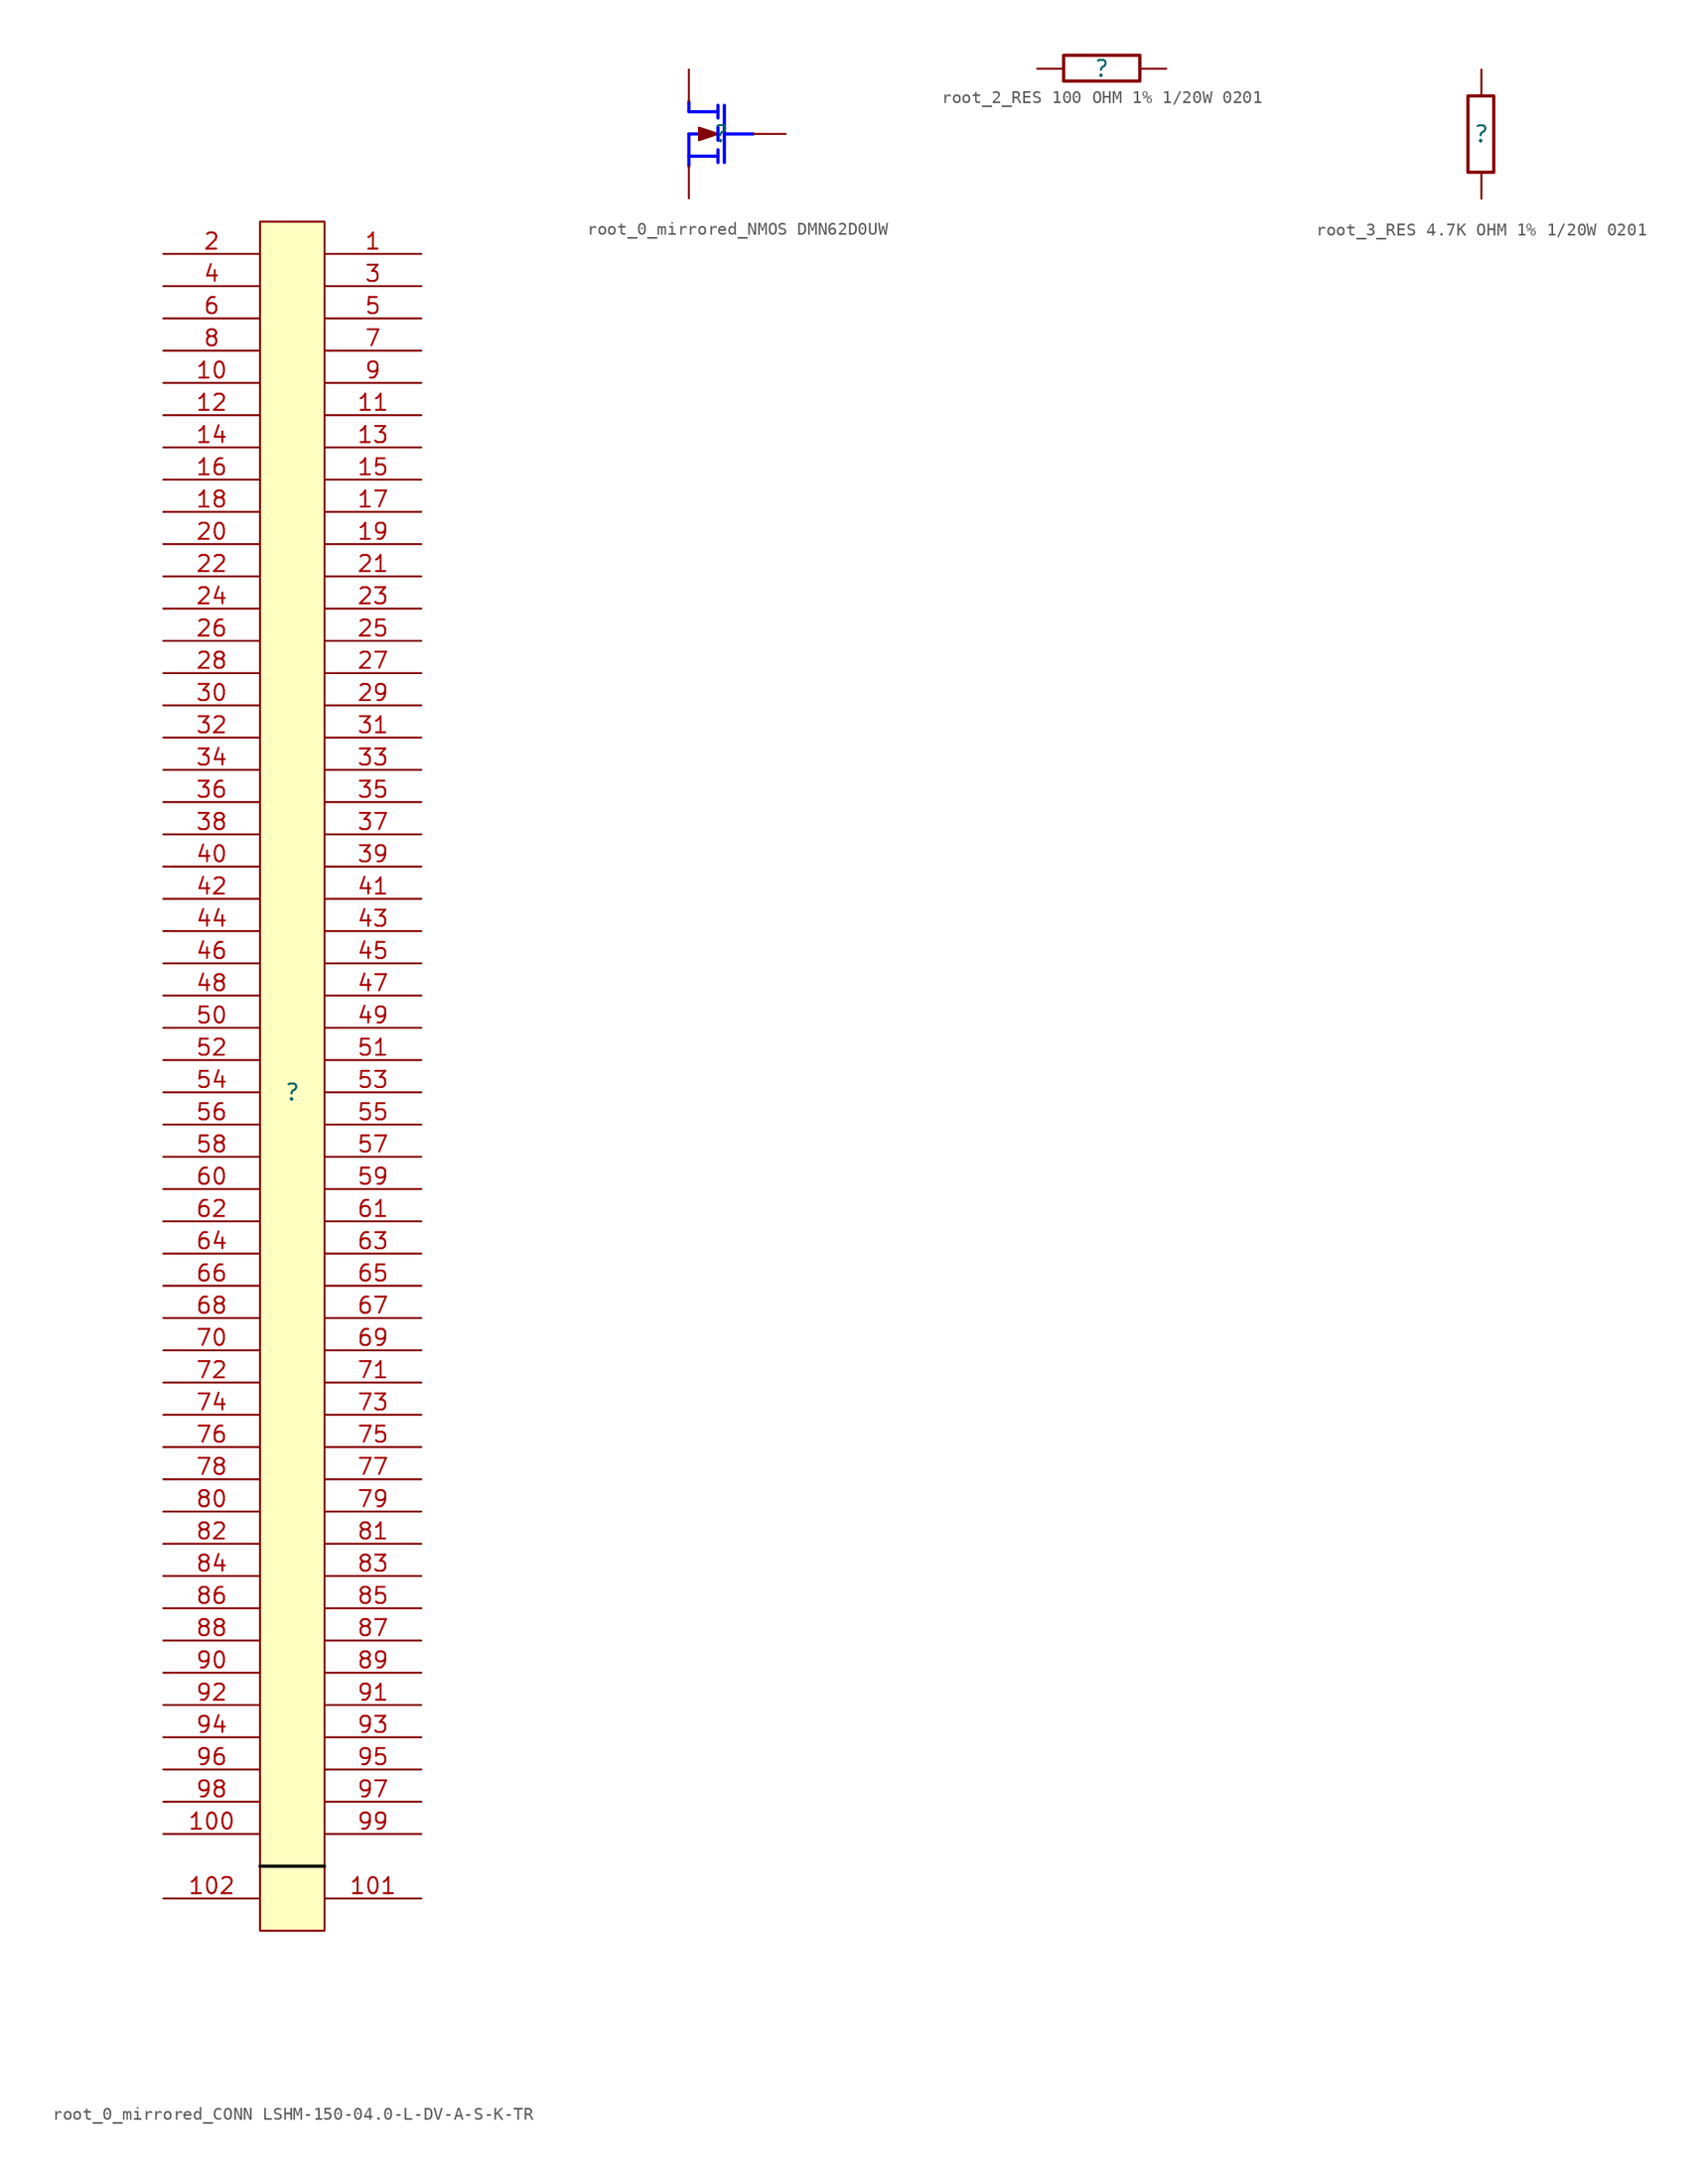
<source format=kicad_sym>
(kicad_symbol_lib
  (version 20220914)
  (generator kicad_symbol_editor)
  (symbol "root_0_mirrored_CONN LSHM-150-04.0-L-DV-A-S-K-TR"
    (property "Reference" ""
      (at 0 0 0)
      (effects (font (size 1.27 1.27))))
    (property "Value" ""
      (at 0 0 0)
      (effects (font (size 1.27 1.27))))
    (symbol "root_0_mirrored_CONN LSHM-150-04.0-L-DV-A-S-K-TR_1_0"
      (polyline (pts (xy 2.54 -60.96) (xy -2.54 -60.96)) (stroke (width 0.254) (type solid) (color 0 0 0 1)) (fill (type none)))
      (rectangle (start 2.54 68.58) (end -2.54 -66.04) (stroke (width 0) (type solid)) (fill (type background)))
      (pin passive line (at 10.16 66.04 180) (length 7.62) (name "1" (effects (font (size 0 0)))) (number "1" (effects (font (size 1.27 1.27)))))
      (pin passive line (at -10.16 55.88 0) (length 7.62) (name "10" (effects (font (size 0 0)))) (number "10" (effects (font (size 1.27 1.27)))))
      (pin passive line (at -10.16 -58.42 0) (length 7.62) (name "100" (effects (font (size 0 0)))) (number "100" (effects (font (size 1.27 1.27)))))
      (pin passive line (at 10.16 -63.5 180) (length 7.62) (name "101" (effects (font (size 0 0)))) (number "101" (effects (font (size 1.27 1.27)))))
      (pin passive line (at -10.16 -63.5 0) (length 7.62) (name "102" (effects (font (size 0 0)))) (number "102" (effects (font (size 1.27 1.27)))))
      (pin passive line (at 10.16 53.34 180) (length 7.62) (name "11" (effects (font (size 0 0)))) (number "11" (effects (font (size 1.27 1.27)))))
      (pin passive line (at -10.16 53.34 0) (length 7.62) (name "12" (effects (font (size 0 0)))) (number "12" (effects (font (size 1.27 1.27)))))
      (pin passive line (at 10.16 50.8 180) (length 7.62) (name "13" (effects (font (size 0 0)))) (number "13" (effects (font (size 1.27 1.27)))))
      (pin passive line (at -10.16 50.8 0) (length 7.62) (name "14" (effects (font (size 0 0)))) (number "14" (effects (font (size 1.27 1.27)))))
      (pin passive line (at 10.16 48.26 180) (length 7.62) (name "15" (effects (font (size 0 0)))) (number "15" (effects (font (size 1.27 1.27)))))
      (pin passive line (at -10.16 48.26 0) (length 7.62) (name "16" (effects (font (size 0 0)))) (number "16" (effects (font (size 1.27 1.27)))))
      (pin passive line (at 10.16 45.72 180) (length 7.62) (name "17" (effects (font (size 0 0)))) (number "17" (effects (font (size 1.27 1.27)))))
      (pin passive line (at -10.16 45.72 0) (length 7.62) (name "18" (effects (font (size 0 0)))) (number "18" (effects (font (size 1.27 1.27)))))
      (pin passive line (at 10.16 43.18 180) (length 7.62) (name "19" (effects (font (size 0 0)))) (number "19" (effects (font (size 1.27 1.27)))))
      (pin passive line (at -10.16 66.04 0) (length 7.62) (name "2" (effects (font (size 0 0)))) (number "2" (effects (font (size 1.27 1.27)))))
      (pin passive line (at -10.16 43.18 0) (length 7.62) (name "20" (effects (font (size 0 0)))) (number "20" (effects (font (size 1.27 1.27)))))
      (pin passive line (at 10.16 40.64 180) (length 7.62) (name "21" (effects (font (size 0 0)))) (number "21" (effects (font (size 1.27 1.27)))))
      (pin passive line (at -10.16 40.64 0) (length 7.62) (name "22" (effects (font (size 0 0)))) (number "22" (effects (font (size 1.27 1.27)))))
      (pin passive line (at 10.16 38.1 180) (length 7.62) (name "23" (effects (font (size 0 0)))) (number "23" (effects (font (size 1.27 1.27)))))
      (pin passive line (at -10.16 38.1 0) (length 7.62) (name "24" (effects (font (size 0 0)))) (number "24" (effects (font (size 1.27 1.27)))))
      (pin passive line (at 10.16 35.56 180) (length 7.62) (name "25" (effects (font (size 0 0)))) (number "25" (effects (font (size 1.27 1.27)))))
      (pin passive line (at -10.16 35.56 0) (length 7.62) (name "26" (effects (font (size 0 0)))) (number "26" (effects (font (size 1.27 1.27)))))
      (pin passive line (at 10.16 33.02 180) (length 7.62) (name "27" (effects (font (size 0 0)))) (number "27" (effects (font (size 1.27 1.27)))))
      (pin passive line (at -10.16 33.02 0) (length 7.62) (name "28" (effects (font (size 0 0)))) (number "28" (effects (font (size 1.27 1.27)))))
      (pin passive line (at 10.16 30.48 180) (length 7.62) (name "29" (effects (font (size 0 0)))) (number "29" (effects (font (size 1.27 1.27)))))
      (pin passive line (at 10.16 63.5 180) (length 7.62) (name "3" (effects (font (size 0 0)))) (number "3" (effects (font (size 1.27 1.27)))))
      (pin passive line (at -10.16 30.48 0) (length 7.62) (name "30" (effects (font (size 0 0)))) (number "30" (effects (font (size 1.27 1.27)))))
      (pin passive line (at 10.16 27.94 180) (length 7.62) (name "31" (effects (font (size 0 0)))) (number "31" (effects (font (size 1.27 1.27)))))
      (pin passive line (at -10.16 27.94 0) (length 7.62) (name "32" (effects (font (size 0 0)))) (number "32" (effects (font (size 1.27 1.27)))))
      (pin passive line (at 10.16 25.4 180) (length 7.62) (name "33" (effects (font (size 0 0)))) (number "33" (effects (font (size 1.27 1.27)))))
      (pin passive line (at -10.16 25.4 0) (length 7.62) (name "34" (effects (font (size 0 0)))) (number "34" (effects (font (size 1.27 1.27)))))
      (pin passive line (at 10.16 22.86 180) (length 7.62) (name "35" (effects (font (size 0 0)))) (number "35" (effects (font (size 1.27 1.27)))))
      (pin passive line (at -10.16 22.86 0) (length 7.62) (name "36" (effects (font (size 0 0)))) (number "36" (effects (font (size 1.27 1.27)))))
      (pin passive line (at 10.16 20.32 180) (length 7.62) (name "37" (effects (font (size 0 0)))) (number "37" (effects (font (size 1.27 1.27)))))
      (pin passive line (at -10.16 20.32 0) (length 7.62) (name "38" (effects (font (size 0 0)))) (number "38" (effects (font (size 1.27 1.27)))))
      (pin passive line (at 10.16 17.78 180) (length 7.62) (name "39" (effects (font (size 0 0)))) (number "39" (effects (font (size 1.27 1.27)))))
      (pin passive line (at -10.16 63.5 0) (length 7.62) (name "4" (effects (font (size 0 0)))) (number "4" (effects (font (size 1.27 1.27)))))
      (pin passive line (at -10.16 17.78 0) (length 7.62) (name "40" (effects (font (size 0 0)))) (number "40" (effects (font (size 1.27 1.27)))))
      (pin passive line (at 10.16 15.24 180) (length 7.62) (name "41" (effects (font (size 0 0)))) (number "41" (effects (font (size 1.27 1.27)))))
      (pin passive line (at -10.16 15.24 0) (length 7.62) (name "42" (effects (font (size 0 0)))) (number "42" (effects (font (size 1.27 1.27)))))
      (pin passive line (at 10.16 12.7 180) (length 7.62) (name "43" (effects (font (size 0 0)))) (number "43" (effects (font (size 1.27 1.27)))))
      (pin passive line (at -10.16 12.7 0) (length 7.62) (name "44" (effects (font (size 0 0)))) (number "44" (effects (font (size 1.27 1.27)))))
      (pin passive line (at 10.16 10.16 180) (length 7.62) (name "45" (effects (font (size 0 0)))) (number "45" (effects (font (size 1.27 1.27)))))
      (pin passive line (at -10.16 10.16 0) (length 7.62) (name "46" (effects (font (size 0 0)))) (number "46" (effects (font (size 1.27 1.27)))))
      (pin passive line (at 10.16 7.62 180) (length 7.62) (name "47" (effects (font (size 0 0)))) (number "47" (effects (font (size 1.27 1.27)))))
      (pin passive line (at -10.16 7.62 0) (length 7.62) (name "48" (effects (font (size 0 0)))) (number "48" (effects (font (size 1.27 1.27)))))
      (pin passive line (at 10.16 5.08 180) (length 7.62) (name "49" (effects (font (size 0 0)))) (number "49" (effects (font (size 1.27 1.27)))))
      (pin passive line (at 10.16 60.96 180) (length 7.62) (name "5" (effects (font (size 0 0)))) (number "5" (effects (font (size 1.27 1.27)))))
      (pin passive line (at -10.16 5.08 0) (length 7.62) (name "50" (effects (font (size 0 0)))) (number "50" (effects (font (size 1.27 1.27)))))
      (pin passive line (at 10.16 2.54 180) (length 7.62) (name "51" (effects (font (size 0 0)))) (number "51" (effects (font (size 1.27 1.27)))))
      (pin passive line (at -10.16 2.54 0) (length 7.62) (name "52" (effects (font (size 0 0)))) (number "52" (effects (font (size 1.27 1.27)))))
      (pin passive line (at 10.16 0 180) (length 7.62) (name "53" (effects (font (size 0 0)))) (number "53" (effects (font (size 1.27 1.27)))))
      (pin passive line (at -10.16 0 0) (length 7.62) (name "54" (effects (font (size 0 0)))) (number "54" (effects (font (size 1.27 1.27)))))
      (pin passive line (at 10.16 -2.54 180) (length 7.62) (name "55" (effects (font (size 0 0)))) (number "55" (effects (font (size 1.27 1.27)))))
      (pin passive line (at -10.16 -2.54 0) (length 7.62) (name "56" (effects (font (size 0 0)))) (number "56" (effects (font (size 1.27 1.27)))))
      (pin passive line (at 10.16 -5.08 180) (length 7.62) (name "57" (effects (font (size 0 0)))) (number "57" (effects (font (size 1.27 1.27)))))
      (pin passive line (at -10.16 -5.08 0) (length 7.62) (name "58" (effects (font (size 0 0)))) (number "58" (effects (font (size 1.27 1.27)))))
      (pin passive line (at 10.16 -7.62 180) (length 7.62) (name "59" (effects (font (size 0 0)))) (number "59" (effects (font (size 1.27 1.27)))))
      (pin passive line (at -10.16 60.96 0) (length 7.62) (name "6" (effects (font (size 0 0)))) (number "6" (effects (font (size 1.27 1.27)))))
      (pin passive line (at -10.16 -7.62 0) (length 7.62) (name "60" (effects (font (size 0 0)))) (number "60" (effects (font (size 1.27 1.27)))))
      (pin passive line (at 10.16 -10.16 180) (length 7.62) (name "61" (effects (font (size 0 0)))) (number "61" (effects (font (size 1.27 1.27)))))
      (pin passive line (at -10.16 -10.16 0) (length 7.62) (name "62" (effects (font (size 0 0)))) (number "62" (effects (font (size 1.27 1.27)))))
      (pin passive line (at 10.16 -12.7 180) (length 7.62) (name "63" (effects (font (size 0 0)))) (number "63" (effects (font (size 1.27 1.27)))))
      (pin passive line (at -10.16 -12.7 0) (length 7.62) (name "64" (effects (font (size 0 0)))) (number "64" (effects (font (size 1.27 1.27)))))
      (pin passive line (at 10.16 -15.24 180) (length 7.62) (name "65" (effects (font (size 0 0)))) (number "65" (effects (font (size 1.27 1.27)))))
      (pin passive line (at -10.16 -15.24 0) (length 7.62) (name "66" (effects (font (size 0 0)))) (number "66" (effects (font (size 1.27 1.27)))))
      (pin passive line (at 10.16 -17.78 180) (length 7.62) (name "67" (effects (font (size 0 0)))) (number "67" (effects (font (size 1.27 1.27)))))
      (pin passive line (at -10.16 -17.78 0) (length 7.62) (name "68" (effects (font (size 0 0)))) (number "68" (effects (font (size 1.27 1.27)))))
      (pin passive line (at 10.16 -20.32 180) (length 7.62) (name "69" (effects (font (size 0 0)))) (number "69" (effects (font (size 1.27 1.27)))))
      (pin passive line (at 10.16 58.42 180) (length 7.62) (name "7" (effects (font (size 0 0)))) (number "7" (effects (font (size 1.27 1.27)))))
      (pin passive line (at -10.16 -20.32 0) (length 7.62) (name "70" (effects (font (size 0 0)))) (number "70" (effects (font (size 1.27 1.27)))))
      (pin passive line (at 10.16 -22.86 180) (length 7.62) (name "71" (effects (font (size 0 0)))) (number "71" (effects (font (size 1.27 1.27)))))
      (pin passive line (at -10.16 -22.86 0) (length 7.62) (name "72" (effects (font (size 0 0)))) (number "72" (effects (font (size 1.27 1.27)))))
      (pin passive line (at 10.16 -25.4 180) (length 7.62) (name "73" (effects (font (size 0 0)))) (number "73" (effects (font (size 1.27 1.27)))))
      (pin passive line (at -10.16 -25.4 0) (length 7.62) (name "74" (effects (font (size 0 0)))) (number "74" (effects (font (size 1.27 1.27)))))
      (pin passive line (at 10.16 -27.94 180) (length 7.62) (name "75" (effects (font (size 0 0)))) (number "75" (effects (font (size 1.27 1.27)))))
      (pin passive line (at -10.16 -27.94 0) (length 7.62) (name "76" (effects (font (size 0 0)))) (number "76" (effects (font (size 1.27 1.27)))))
      (pin passive line (at 10.16 -30.48 180) (length 7.62) (name "77" (effects (font (size 0 0)))) (number "77" (effects (font (size 1.27 1.27)))))
      (pin passive line (at -10.16 -30.48 0) (length 7.62) (name "78" (effects (font (size 0 0)))) (number "78" (effects (font (size 1.27 1.27)))))
      (pin passive line (at 10.16 -33.02 180) (length 7.62) (name "79" (effects (font (size 0 0)))) (number "79" (effects (font (size 1.27 1.27)))))
      (pin passive line (at -10.16 58.42 0) (length 7.62) (name "8" (effects (font (size 0 0)))) (number "8" (effects (font (size 1.27 1.27)))))
      (pin passive line (at -10.16 -33.02 0) (length 7.62) (name "80" (effects (font (size 0 0)))) (number "80" (effects (font (size 1.27 1.27)))))
      (pin passive line (at 10.16 -35.56 180) (length 7.62) (name "81" (effects (font (size 0 0)))) (number "81" (effects (font (size 1.27 1.27)))))
      (pin passive line (at -10.16 -35.56 0) (length 7.62) (name "82" (effects (font (size 0 0)))) (number "82" (effects (font (size 1.27 1.27)))))
      (pin passive line (at 10.16 -38.1 180) (length 7.62) (name "83" (effects (font (size 0 0)))) (number "83" (effects (font (size 1.27 1.27)))))
      (pin passive line (at -10.16 -38.1 0) (length 7.62) (name "84" (effects (font (size 0 0)))) (number "84" (effects (font (size 1.27 1.27)))))
      (pin passive line (at 10.16 -40.64 180) (length 7.62) (name "85" (effects (font (size 0 0)))) (number "85" (effects (font (size 1.27 1.27)))))
      (pin passive line (at -10.16 -40.64 0) (length 7.62) (name "86" (effects (font (size 0 0)))) (number "86" (effects (font (size 1.27 1.27)))))
      (pin passive line (at 10.16 -43.18 180) (length 7.62) (name "87" (effects (font (size 0 0)))) (number "87" (effects (font (size 1.27 1.27)))))
      (pin passive line (at -10.16 -43.18 0) (length 7.62) (name "88" (effects (font (size 0 0)))) (number "88" (effects (font (size 1.27 1.27)))))
      (pin passive line (at 10.16 -45.72 180) (length 7.62) (name "89" (effects (font (size 0 0)))) (number "89" (effects (font (size 1.27 1.27)))))
      (pin passive line (at 10.16 55.88 180) (length 7.62) (name "9" (effects (font (size 0 0)))) (number "9" (effects (font (size 1.27 1.27)))))
      (pin passive line (at -10.16 -45.72 0) (length 7.62) (name "90" (effects (font (size 0 0)))) (number "90" (effects (font (size 1.27 1.27)))))
      (pin passive line (at 10.16 -48.26 180) (length 7.62) (name "91" (effects (font (size 0 0)))) (number "91" (effects (font (size 1.27 1.27)))))
      (pin passive line (at -10.16 -48.26 0) (length 7.62) (name "92" (effects (font (size 0 0)))) (number "92" (effects (font (size 1.27 1.27)))))
      (pin passive line (at 10.16 -50.8 180) (length 7.62) (name "93" (effects (font (size 0 0)))) (number "93" (effects (font (size 1.27 1.27)))))
      (pin passive line (at -10.16 -50.8 0) (length 7.62) (name "94" (effects (font (size 0 0)))) (number "94" (effects (font (size 1.27 1.27)))))
      (pin passive line (at 10.16 -53.34 180) (length 7.62) (name "95" (effects (font (size 0 0)))) (number "95" (effects (font (size 1.27 1.27)))))
      (pin passive line (at -10.16 -53.34 0) (length 7.62) (name "96" (effects (font (size 0 0)))) (number "96" (effects (font (size 1.27 1.27)))))
      (pin passive line (at 10.16 -55.88 180) (length 7.62) (name "97" (effects (font (size 0 0)))) (number "97" (effects (font (size 1.27 1.27)))))
      (pin passive line (at -10.16 -55.88 0) (length 7.62) (name "98" (effects (font (size 0 0)))) (number "98" (effects (font (size 1.27 1.27)))))
      (pin passive line (at 10.16 -58.42 180) (length 7.62) (name "99" (effects (font (size 0 0)))) (number "99" (effects (font (size 1.27 1.27)))))))
  (symbol "root_0_mirrored_NMOS DMN62D0UW"
    (property "Reference" ""
      (at 0 0 0)
      (effects (font (size 1.27 1.27))))
    (property "Value" ""
      (at 0 0 0)
      (effects (font (size 1.27 1.27))))
    (symbol "root_0_mirrored_NMOS DMN62D0UW_1_0"
      (polyline (pts (xy -2.54 -1.75) (xy -0.246 -1.75)) (stroke (width 0.254) (type solid) (color 0 0 255 1)) (fill (type none)))
      (polyline (pts (xy -2.54 0) (xy -2.54 -2.54)) (stroke (width 0.254) (type solid) (color 0 0 255 1)) (fill (type none)))
      (polyline (pts (xy -2.54 0) (xy -0.246 0)) (stroke (width 0.254) (type solid) (color 0 0 255 1)) (fill (type none)))
      (polyline (pts (xy -2.54 1.75) (xy -0.246 1.75)) (stroke (width 0.254) (type solid) (color 0 0 255 1)) (fill (type none)))
      (polyline (pts (xy -2.54 1.783) (xy -2.54 2.54)) (stroke (width 0.254) (type solid) (color 0 0 255 1)) (fill (type none)))
      (polyline (pts (xy -0.246 -2.25) (xy -0.246 -1.25)) (stroke (width 0.254) (type solid) (color 0 0 255 1)) (fill (type none)))
      (polyline (pts (xy -0.246 -0.5) (xy -0.246 0.5)) (stroke (width 0.254) (type solid) (color 0 0 255 1)) (fill (type none)))
      (polyline (pts (xy -0.246 2.25) (xy -0.246 1.25)) (stroke (width 0.254) (type solid) (color 0 0 255 1)) (fill (type none)))
      (polyline (pts (xy 0.254 2.25) (xy 0.254 -2.25)) (stroke (width 0.254) (type solid) (color 0 0 255 1)) (fill (type none)))
      (polyline (pts (xy 2.54 0) (xy 0.254 0)) (stroke (width 0.254) (type solid) (color 0 0 255 1)) (fill (type none)))
      (polyline (pts (xy -0.246 0) (xy -1.746 -0.5) (xy -1.746 0.5) (xy -0.246 0)) (stroke (width 0) (type solid)) (fill (type outline)))
      (pin passive line (at -2.54 5.08 270) (length 2.54) (name "D" (effects (font (size 0 0)))) (number "1" (effects (font (size 0 0)))))
      (pin passive line (at 5.08 0 180) (length 2.54) (name "G" (effects (font (size 0 0)))) (number "2" (effects (font (size 0 0)))))
      (pin passive line (at -2.54 -5.08 90) (length 2.54) (name "S" (effects (font (size 0 0)))) (number "3" (effects (font (size 0 0)))))))
  (symbol "root_2_RES 100 OHM 1% 1/20W 0201"
    (property "Reference" ""
      (at 0 0 0)
      (effects (font (size 1.27 1.27))))
    (property "Value" ""
      (at 0 0 0)
      (effects (font (size 1.27 1.27))))
    (symbol "root_2_RES 100 OHM 1% 1/20W 0201_1_0"
      (rectangle (start 3 1.056) (end -3 -0.976) (stroke (width 0.254) (type solid)) (fill (type none)))
      (pin passive line (at 5.08 0 180) (length 2) (name "1" (effects (font (size 0 0)))) (number "1" (effects (font (size 0 0)))))
      (pin passive line (at -5.08 0 0) (length 2) (name "2" (effects (font (size 0 0)))) (number "2" (effects (font (size 0 0)))))))
  (symbol "root_3_RES 4.7K OHM 1% 1/20W 0201"
    (property "Reference" ""
      (at 0 0 0)
      (effects (font (size 1.27 1.27))))
    (property "Value" ""
      (at 0 0 0)
      (effects (font (size 1.27 1.27))))
    (symbol "root_3_RES 4.7K OHM 1% 1/20W 0201_1_0"
      (rectangle (start 0.976 3) (end -1.056 -3) (stroke (width 0.254) (type solid)) (fill (type none)))
      (pin passive line (at 0 5.08 270) (length 2) (name "1" (effects (font (size 0 0)))) (number "1" (effects (font (size 0 0)))))
      (pin passive line (at 0 -5.08 90) (length 2) (name "2" (effects (font (size 0 0)))) (number "2" (effects (font (size 0 0))))))))
</source>
